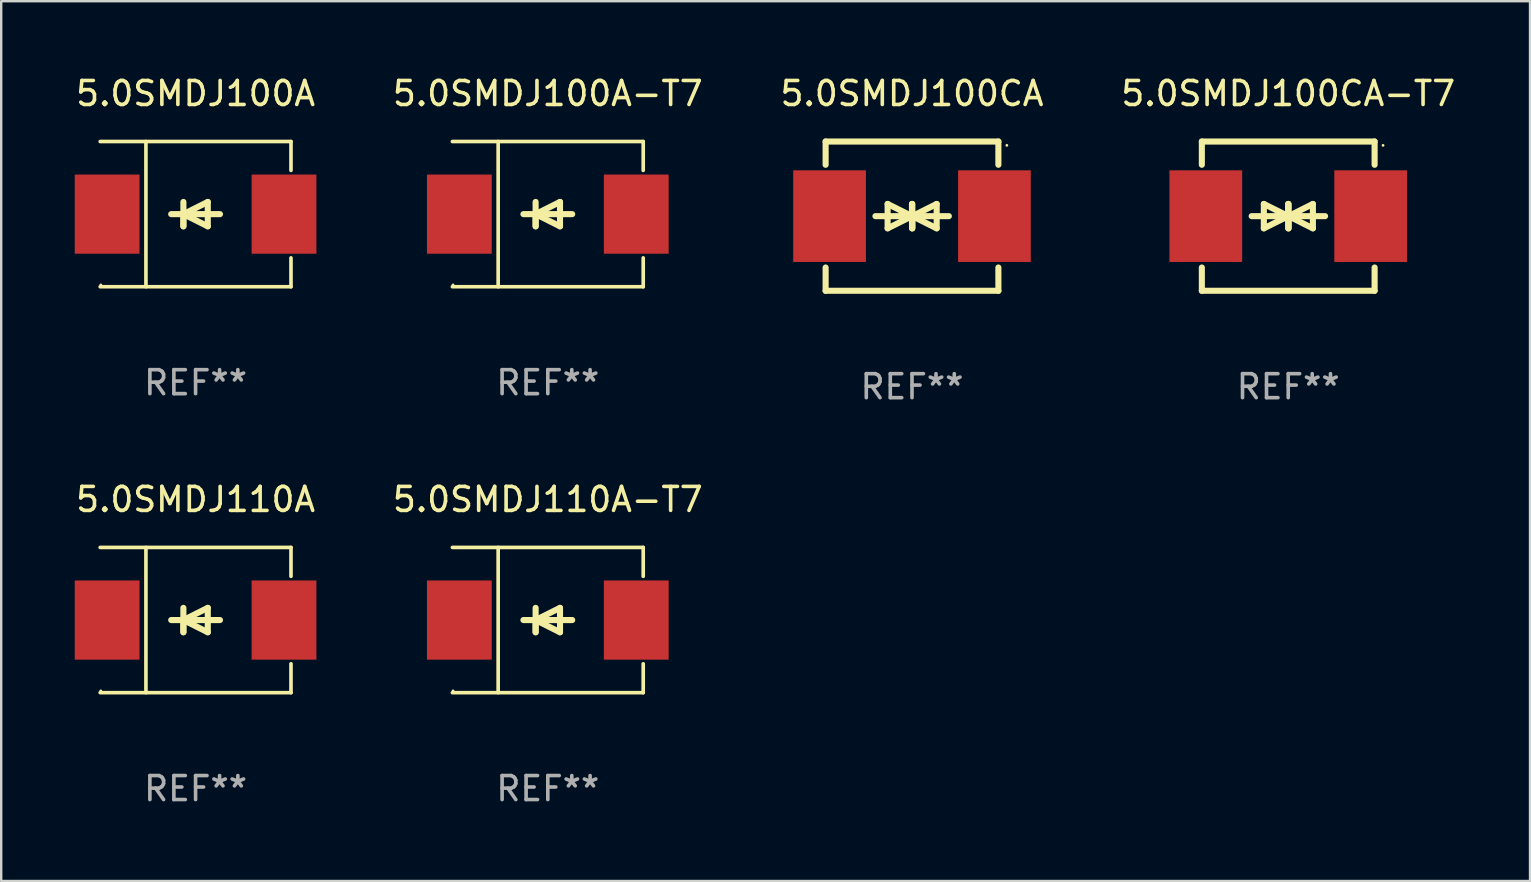
<source format=kicad_pcb>
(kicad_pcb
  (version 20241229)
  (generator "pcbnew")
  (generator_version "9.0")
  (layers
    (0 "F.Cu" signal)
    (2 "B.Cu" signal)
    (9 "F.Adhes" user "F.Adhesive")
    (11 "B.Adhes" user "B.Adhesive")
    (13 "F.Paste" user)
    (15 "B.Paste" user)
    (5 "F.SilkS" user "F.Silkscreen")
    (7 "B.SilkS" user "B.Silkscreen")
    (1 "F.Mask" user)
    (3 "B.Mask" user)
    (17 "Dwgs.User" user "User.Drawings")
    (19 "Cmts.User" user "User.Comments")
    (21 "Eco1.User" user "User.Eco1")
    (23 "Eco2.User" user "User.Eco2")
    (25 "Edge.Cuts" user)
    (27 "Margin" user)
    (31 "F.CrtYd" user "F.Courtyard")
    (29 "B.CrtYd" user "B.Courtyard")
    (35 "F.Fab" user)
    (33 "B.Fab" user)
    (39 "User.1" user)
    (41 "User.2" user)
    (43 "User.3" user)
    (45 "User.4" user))
  (footprint "5.0SMDJ110A-T7"
    (layer "F.Cu")
    (at 19.78 22.791)
    (property "Reference" "5.0SMDJ110A-T7" (at 0 -5.026 0) (layer "F.SilkS") (effects (font (size 1 1) (thickness 0.15))))
    (attr through_hole)
    (fp_line (start -3.976 -3.026) (end 3.976 -3.026) (stroke (width 0.152) (type solid)) (layer "F.SilkS"))
    (fp_line (start -3.976 3.026) (end 3.976 3.026) (stroke (width 0.152) (type solid)) (layer "F.SilkS"))
    (fp_line (start -2.069 -3.026) (end -2.069 3.026) (stroke (width 0.152) (type solid)) (layer "F.SilkS"))
    (fp_line (start -0.508 0) (end -0.508 0.508) (stroke (width 0.254) (type solid)) (layer "F.SilkS"))
    (fp_line (start -0.508 0) (end 0.508 0.508) (stroke (width 0.254) (type solid)) (layer "F.SilkS"))
    (fp_line (start -0.508 0.508) (end -0.508 -0.508) (stroke (width 0.254) (type solid)) (layer "F.SilkS"))
    (fp_line (start 0.508 -0.508) (end -0.508 0) (stroke (width 0.254) (type solid)) (layer "F.SilkS"))
    (fp_line (start 0.508 0.508) (end 0.508 -0.508) (stroke (width 0.254) (type solid)) (layer "F.SilkS"))
    (fp_line (start 1.016 0) (end -1.016 0) (stroke (width 0.254) (type solid)) (layer "F.SilkS"))
    (fp_line (start 3.976 -3.026) (end 3.976 -1.823) (stroke (width 0.152) (type solid)) (layer "F.SilkS"))
    (fp_line (start 3.976 3.026) (end 3.976 1.823) (stroke (width 0.152) (type solid)) (layer "F.SilkS"))
    (fp_circle (center -3.95 2.95) (end -3.92 2.95) (stroke (width 0.06) (type solid)) (fill no) (layer "F.SilkS"))
    (fp_text user "REF**" (at 0 7.026 0) (layer "F.Fab") (effects (font (size 1 1) (thickness 0.15))))
    (pad "1" smd rect (at -3.686 0) (size 2.7 3.3) (layers "F.Cu" "F.Mask" "F.Paste"))
    (pad "2" smd rect (at 3.686 0) (size 2.7 3.3) (layers "F.Cu" "F.Mask" "F.Paste")))
  (footprint "5.0SMDJ100CA-T7"
    (layer "F.Cu")
    (at 50.637 5.958)
    (property "Reference" "5.0SMDJ100CA-T7" (at 0 -5.11 0) (layer "F.SilkS") (effects (font (size 1 1) (thickness 0.15))))
    (attr through_hole)
    (fp_line (start -3.6 -2.141) (end -3.6 -3.11) (stroke (width 0.254) (type solid)) (layer "F.SilkS"))
    (fp_line (start -3.6 3.11) (end -3.6 2.141) (stroke (width 0.254) (type solid)) (layer "F.SilkS"))
    (fp_line (start -1.524 0) (end 0.508 0) (stroke (width 0.254) (type solid)) (layer "F.SilkS"))
    (fp_line (start -1.016 -0.508) (end -1.016 0.508) (stroke (width 0.254) (type solid)) (layer "F.SilkS"))
    (fp_line (start -1.016 0.508) (end 0 0) (stroke (width 0.254) (type solid)) (layer "F.SilkS"))
    (fp_line (start 0 -0.508) (end 0 0.508) (stroke (width 0.254) (type solid)) (layer "F.SilkS"))
    (fp_line (start 0 0) (end -1.016 -0.508) (stroke (width 0.254) (type solid)) (layer "F.SilkS"))
    (fp_line (start 0 0) (end 0 -0.508) (stroke (width 0.254) (type solid)) (layer "F.SilkS"))
    (fp_line (start 0.012 0) (end 0.012 0.508) (stroke (width 0.254) (type solid)) (layer "F.SilkS"))
    (fp_line (start 0.012 0) (end 1.028 0.508) (stroke (width 0.254) (type solid)) (layer "F.SilkS"))
    (fp_line (start 0.012 0.508) (end 0.012 -0.508) (stroke (width 0.254) (type solid)) (layer "F.SilkS"))
    (fp_line (start 1.028 -0.508) (end 0.012 0) (stroke (width 0.254) (type solid)) (layer "F.SilkS"))
    (fp_line (start 1.028 0.508) (end 1.028 -0.508) (stroke (width 0.254) (type solid)) (layer "F.SilkS"))
    (fp_line (start 1.536 0) (end -0.496 0) (stroke (width 0.254) (type solid)) (layer "F.SilkS"))
    (fp_line (start 3.6 -3.11) (end -3.6 -3.11) (stroke (width 0.254) (type solid)) (layer "F.SilkS"))
    (fp_line (start 3.6 -2.141) (end 3.6 -3.11) (stroke (width 0.254) (type solid)) (layer "F.SilkS"))
    (fp_line (start 3.6 3.11) (end -3.6 3.11) (stroke (width 0.254) (type solid)) (layer "F.SilkS"))
    (fp_line (start 3.6 3.11) (end 3.6 2.141) (stroke (width 0.254) (type solid)) (layer "F.SilkS"))
    (fp_circle (center 3.952 -2.95) (end 3.982 -2.95) (stroke (width 0.06) (type solid)) (fill no) (layer "F.SilkS"))
    (fp_text user "REF**" (at 0 7.11 0) (layer "F.Fab") (effects (font (size 1 1) (thickness 0.15))))
    (pad "1" smd rect (at 3.435 0) (size 3.03 3.82) (layers "F.Cu" "F.Mask" "F.Paste"))
    (pad "2" smd rect (at -3.435 0) (size 3.03 3.82) (layers "F.Cu" "F.Mask" "F.Paste")))
  (footprint "5.0SMDJ100A"
    (layer "F.Cu")
    (at 5.101 5.874)
    (property "Reference" "5.0SMDJ100A" (at 0 -5.026 0) (layer "F.SilkS") (effects (font (size 1 1) (thickness 0.15))))
    (attr through_hole)
    (fp_line (start -3.976 -3.026) (end 3.976 -3.026) (stroke (width 0.152) (type solid)) (layer "F.SilkS"))
    (fp_line (start -3.976 3.026) (end 3.976 3.026) (stroke (width 0.152) (type solid)) (layer "F.SilkS"))
    (fp_line (start -2.069 -3.026) (end -2.069 3.026) (stroke (width 0.152) (type solid)) (layer "F.SilkS"))
    (fp_line (start -0.508 0) (end -0.508 0.508) (stroke (width 0.254) (type solid)) (layer "F.SilkS"))
    (fp_line (start -0.508 0) (end 0.508 0.508) (stroke (width 0.254) (type solid)) (layer "F.SilkS"))
    (fp_line (start -0.508 0.508) (end -0.508 -0.508) (stroke (width 0.254) (type solid)) (layer "F.SilkS"))
    (fp_line (start 0.508 -0.508) (end -0.508 0) (stroke (width 0.254) (type solid)) (layer "F.SilkS"))
    (fp_line (start 0.508 0.508) (end 0.508 -0.508) (stroke (width 0.254) (type solid)) (layer "F.SilkS"))
    (fp_line (start 1.016 0) (end -1.016 0) (stroke (width 0.254) (type solid)) (layer "F.SilkS"))
    (fp_line (start 3.976 -3.026) (end 3.976 -1.823) (stroke (width 0.152) (type solid)) (layer "F.SilkS"))
    (fp_line (start 3.976 3.026) (end 3.976 1.823) (stroke (width 0.152) (type solid)) (layer "F.SilkS"))
    (fp_circle (center -3.95 2.95) (end -3.92 2.95) (stroke (width 0.06) (type solid)) (fill no) (layer "F.SilkS"))
    (fp_text user "REF**" (at 0 7.026 0) (layer "F.Fab") (effects (font (size 1 1) (thickness 0.15))))
    (pad "1" smd rect (at -3.686 0) (size 2.7 3.3) (layers "F.Cu" "F.Mask" "F.Paste"))
    (pad "2" smd rect (at 3.686 0) (size 2.7 3.3) (layers "F.Cu" "F.Mask" "F.Paste")))
  (footprint "5.0SMDJ100A-T7"
    (layer "F.Cu")
    (at 19.78 5.874)
    (property "Reference" "5.0SMDJ100A-T7" (at 0 -5.026 0) (layer "F.SilkS") (effects (font (size 1 1) (thickness 0.15))))
    (attr through_hole)
    (fp_line (start -3.976 -3.026) (end 3.976 -3.026) (stroke (width 0.152) (type solid)) (layer "F.SilkS"))
    (fp_line (start -3.976 3.026) (end 3.976 3.026) (stroke (width 0.152) (type solid)) (layer "F.SilkS"))
    (fp_line (start -2.069 -3.026) (end -2.069 3.026) (stroke (width 0.152) (type solid)) (layer "F.SilkS"))
    (fp_line (start -0.508 0) (end -0.508 0.508) (stroke (width 0.254) (type solid)) (layer "F.SilkS"))
    (fp_line (start -0.508 0) (end 0.508 0.508) (stroke (width 0.254) (type solid)) (layer "F.SilkS"))
    (fp_line (start -0.508 0.508) (end -0.508 -0.508) (stroke (width 0.254) (type solid)) (layer "F.SilkS"))
    (fp_line (start 0.508 -0.508) (end -0.508 0) (stroke (width 0.254) (type solid)) (layer "F.SilkS"))
    (fp_line (start 0.508 0.508) (end 0.508 -0.508) (stroke (width 0.254) (type solid)) (layer "F.SilkS"))
    (fp_line (start 1.016 0) (end -1.016 0) (stroke (width 0.254) (type solid)) (layer "F.SilkS"))
    (fp_line (start 3.976 -3.026) (end 3.976 -1.823) (stroke (width 0.152) (type solid)) (layer "F.SilkS"))
    (fp_line (start 3.976 3.026) (end 3.976 1.823) (stroke (width 0.152) (type solid)) (layer "F.SilkS"))
    (fp_circle (center -3.95 2.95) (end -3.92 2.95) (stroke (width 0.06) (type solid)) (fill no) (layer "F.SilkS"))
    (fp_text user "REF**" (at 0 7.026 0) (layer "F.Fab") (effects (font (size 1 1) (thickness 0.15))))
    (pad "1" smd rect (at -3.686 0) (size 2.7 3.3) (layers "F.Cu" "F.Mask" "F.Paste"))
    (pad "2" smd rect (at 3.686 0) (size 2.7 3.3) (layers "F.Cu" "F.Mask" "F.Paste")))
  (footprint "5.0SMDJ100CA"
    (layer "F.Cu")
    (at 34.958 5.958)
    (property "Reference" "5.0SMDJ100CA" (at 0 -5.11 0) (layer "F.SilkS") (effects (font (size 1 1) (thickness 0.15))))
    (attr through_hole)
    (fp_line (start -3.6 -2.141) (end -3.6 -3.11) (stroke (width 0.254) (type solid)) (layer "F.SilkS"))
    (fp_line (start -3.6 3.11) (end -3.6 2.141) (stroke (width 0.254) (type solid)) (layer "F.SilkS"))
    (fp_line (start -1.524 0) (end 0.508 0) (stroke (width 0.254) (type solid)) (layer "F.SilkS"))
    (fp_line (start -1.016 -0.508) (end -1.016 0.508) (stroke (width 0.254) (type solid)) (layer "F.SilkS"))
    (fp_line (start -1.016 0.508) (end 0 0) (stroke (width 0.254) (type solid)) (layer "F.SilkS"))
    (fp_line (start 0 -0.508) (end 0 0.508) (stroke (width 0.254) (type solid)) (layer "F.SilkS"))
    (fp_line (start 0 0) (end -1.016 -0.508) (stroke (width 0.254) (type solid)) (layer "F.SilkS"))
    (fp_line (start 0 0) (end 0 -0.508) (stroke (width 0.254) (type solid)) (layer "F.SilkS"))
    (fp_line (start 0.012 0) (end 0.012 0.508) (stroke (width 0.254) (type solid)) (layer "F.SilkS"))
    (fp_line (start 0.012 0) (end 1.028 0.508) (stroke (width 0.254) (type solid)) (layer "F.SilkS"))
    (fp_line (start 0.012 0.508) (end 0.012 -0.508) (stroke (width 0.254) (type solid)) (layer "F.SilkS"))
    (fp_line (start 1.028 -0.508) (end 0.012 0) (stroke (width 0.254) (type solid)) (layer "F.SilkS"))
    (fp_line (start 1.028 0.508) (end 1.028 -0.508) (stroke (width 0.254) (type solid)) (layer "F.SilkS"))
    (fp_line (start 1.536 0) (end -0.496 0) (stroke (width 0.254) (type solid)) (layer "F.SilkS"))
    (fp_line (start 3.6 -3.11) (end -3.6 -3.11) (stroke (width 0.254) (type solid)) (layer "F.SilkS"))
    (fp_line (start 3.6 -2.141) (end 3.6 -3.11) (stroke (width 0.254) (type solid)) (layer "F.SilkS"))
    (fp_line (start 3.6 3.11) (end -3.6 3.11) (stroke (width 0.254) (type solid)) (layer "F.SilkS"))
    (fp_line (start 3.6 3.11) (end 3.6 2.141) (stroke (width 0.254) (type solid)) (layer "F.SilkS"))
    (fp_circle (center 3.952 -2.95) (end 3.982 -2.95) (stroke (width 0.06) (type solid)) (fill no) (layer "F.SilkS"))
    (fp_text user "REF**" (at 0 7.11 0) (layer "F.Fab") (effects (font (size 1 1) (thickness 0.15))))
    (pad "1" smd rect (at 3.435 0) (size 3.03 3.82) (layers "F.Cu" "F.Mask" "F.Paste"))
    (pad "2" smd rect (at -3.435 0) (size 3.03 3.82) (layers "F.Cu" "F.Mask" "F.Paste")))
  (footprint "5.0SMDJ110A"
    (layer "F.Cu")
    (at 5.101 22.791)
    (property "Reference" "5.0SMDJ110A" (at 0 -5.026 0) (layer "F.SilkS") (effects (font (size 1 1) (thickness 0.15))))
    (attr through_hole)
    (fp_line (start -3.976 -3.026) (end 3.976 -3.026) (stroke (width 0.152) (type solid)) (layer "F.SilkS"))
    (fp_line (start -3.976 3.026) (end 3.976 3.026) (stroke (width 0.152) (type solid)) (layer "F.SilkS"))
    (fp_line (start -2.069 -3.026) (end -2.069 3.026) (stroke (width 0.152) (type solid)) (layer "F.SilkS"))
    (fp_line (start -0.508 0) (end -0.508 0.508) (stroke (width 0.254) (type solid)) (layer "F.SilkS"))
    (fp_line (start -0.508 0) (end 0.508 0.508) (stroke (width 0.254) (type solid)) (layer "F.SilkS"))
    (fp_line (start -0.508 0.508) (end -0.508 -0.508) (stroke (width 0.254) (type solid)) (layer "F.SilkS"))
    (fp_line (start 0.508 -0.508) (end -0.508 0) (stroke (width 0.254) (type solid)) (layer "F.SilkS"))
    (fp_line (start 0.508 0.508) (end 0.508 -0.508) (stroke (width 0.254) (type solid)) (layer "F.SilkS"))
    (fp_line (start 1.016 0) (end -1.016 0) (stroke (width 0.254) (type solid)) (layer "F.SilkS"))
    (fp_line (start 3.976 -3.026) (end 3.976 -1.823) (stroke (width 0.152) (type solid)) (layer "F.SilkS"))
    (fp_line (start 3.976 3.026) (end 3.976 1.823) (stroke (width 0.152) (type solid)) (layer "F.SilkS"))
    (fp_circle (center -3.95 2.95) (end -3.92 2.95) (stroke (width 0.06) (type solid)) (fill no) (layer "F.SilkS"))
    (fp_text user "REF**" (at 0 7.026 0) (layer "F.Fab") (effects (font (size 1 1) (thickness 0.15))))
    (pad "1" smd rect (at -3.686 0) (size 2.7 3.3) (layers "F.Cu" "F.Mask" "F.Paste"))
    (pad "2" smd rect (at 3.686 0) (size 2.7 3.3) (layers "F.Cu" "F.Mask" "F.Paste")))
  (gr_rect
    (start -3 -3)
    (end 60.714 33.665)
    (stroke (width 0.1) (type default))
    (fill no)
    (layer "Edge.Cuts")))
</source>
